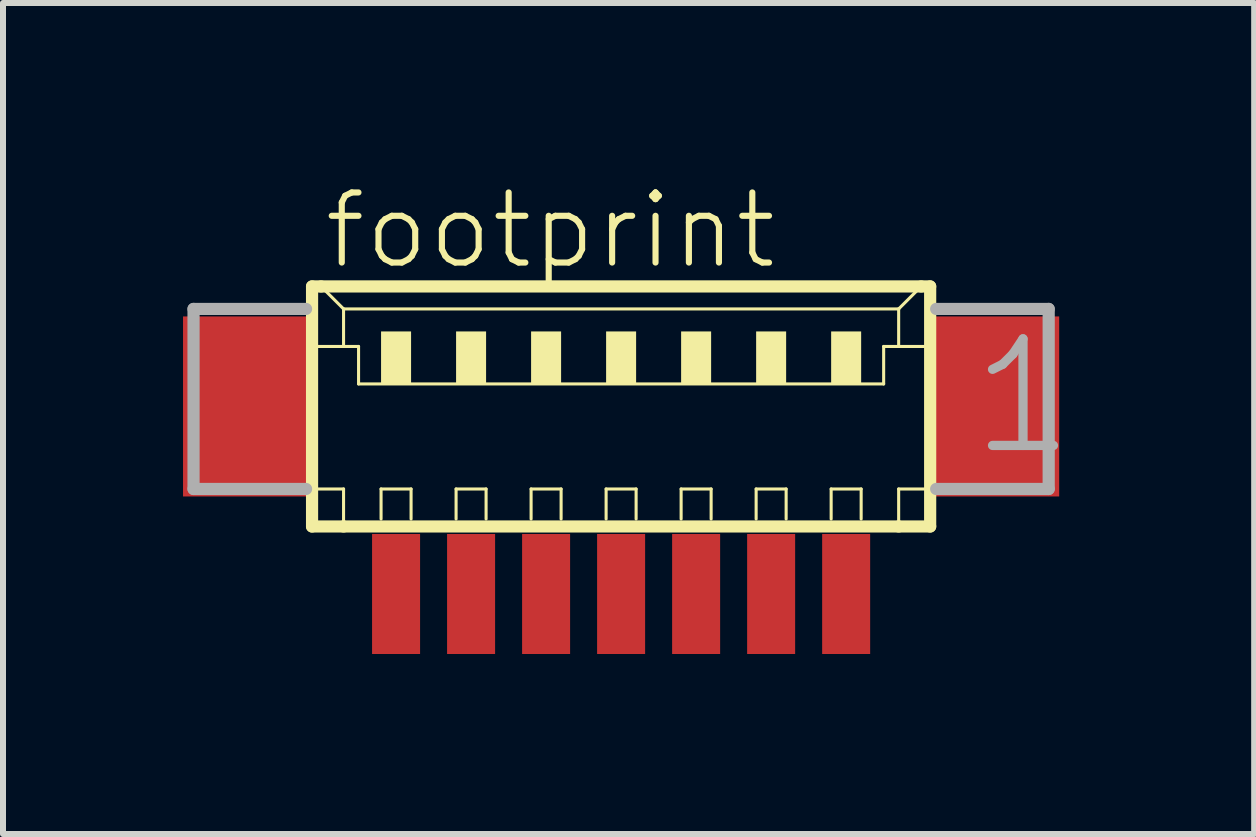
<source format=kicad_pcb>
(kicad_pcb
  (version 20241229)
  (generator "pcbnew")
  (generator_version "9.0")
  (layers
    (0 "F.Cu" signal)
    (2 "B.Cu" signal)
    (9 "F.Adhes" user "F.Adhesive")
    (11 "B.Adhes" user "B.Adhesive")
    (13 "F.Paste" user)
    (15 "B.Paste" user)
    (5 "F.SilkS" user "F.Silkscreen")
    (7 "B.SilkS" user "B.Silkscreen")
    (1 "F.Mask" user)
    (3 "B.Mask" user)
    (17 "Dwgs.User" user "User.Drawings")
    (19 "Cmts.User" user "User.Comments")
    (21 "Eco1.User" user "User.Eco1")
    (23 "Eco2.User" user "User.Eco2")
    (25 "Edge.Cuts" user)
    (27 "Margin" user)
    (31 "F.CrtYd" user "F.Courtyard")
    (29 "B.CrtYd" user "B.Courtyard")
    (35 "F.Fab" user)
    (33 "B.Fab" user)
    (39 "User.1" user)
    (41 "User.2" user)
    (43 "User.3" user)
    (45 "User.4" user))
  (footprint "footprint"
    (layer "F.Cu")
    (at 7.3 4.348)
    (property "Reference" "footprint" (at -5 -2.875 0) (layer "F.SilkS") (effects (font (size 1.168 1.168) (thickness 0.102)) (justify left bottom)))
    (fp_line (start -5.15 -2.625) (end -5.15 1.375) (stroke (width 0.203) (type solid)) (layer "F.SilkS"))
    (fp_line (start -5.15 1.375) (end -4.625 1.375) (stroke (width 0.203) (type solid)) (layer "F.SilkS"))
    (fp_line (start -5.125 -1.625) (end -4.625 -1.625) (stroke (width 0.051) (type solid)) (layer "F.SilkS"))
    (fp_line (start -5.125 0.75) (end -4.625 0.75) (stroke (width 0.051) (type solid)) (layer "F.SilkS"))
    (fp_line (start -5 -2.625) (end -5.15 -2.625) (stroke (width 0.203) (type solid)) (layer "F.SilkS"))
    (fp_line (start -4.625 -2.25) (end -5 -2.625) (stroke (width 0.051) (type solid)) (layer "F.SilkS"))
    (fp_line (start -4.625 -2.25) (end 4.625 -2.25) (stroke (width 0.051) (type solid)) (layer "F.SilkS"))
    (fp_line (start -4.625 -1.625) (end -4.625 -2.25) (stroke (width 0.051) (type solid)) (layer "F.SilkS"))
    (fp_line (start -4.625 -1.625) (end -4.375 -1.625) (stroke (width 0.051) (type solid)) (layer "F.SilkS"))
    (fp_line (start -4.625 0.75) (end -4.625 1.375) (stroke (width 0.051) (type solid)) (layer "F.SilkS"))
    (fp_line (start -4.625 1.375) (end 4.625 1.375) (stroke (width 0.203) (type solid)) (layer "F.SilkS"))
    (fp_line (start -4.375 -1.625) (end -4.375 -1) (stroke (width 0.051) (type solid)) (layer "F.SilkS"))
    (fp_line (start -4.375 -1) (end 4.375 -1) (stroke (width 0.051) (type solid)) (layer "F.SilkS"))
    (fp_line (start -4 0.75) (end -3.5 0.75) (stroke (width 0.051) (type solid)) (layer "F.SilkS"))
    (fp_line (start -4 1.25) (end -4 0.75) (stroke (width 0.051) (type solid)) (layer "F.SilkS"))
    (fp_line (start -3.5 0.75) (end -3.5 1.25) (stroke (width 0.051) (type solid)) (layer "F.SilkS"))
    (fp_line (start -2.75 0.75) (end -2.25 0.75) (stroke (width 0.051) (type solid)) (layer "F.SilkS"))
    (fp_line (start -2.75 1.25) (end -2.75 0.75) (stroke (width 0.051) (type solid)) (layer "F.SilkS"))
    (fp_line (start -2.25 0.75) (end -2.25 1.25) (stroke (width 0.051) (type solid)) (layer "F.SilkS"))
    (fp_line (start -1.5 0.75) (end -1 0.75) (stroke (width 0.051) (type solid)) (layer "F.SilkS"))
    (fp_line (start -1.5 1.25) (end -1.5 0.75) (stroke (width 0.051) (type solid)) (layer "F.SilkS"))
    (fp_line (start -1 0.75) (end -1 1.25) (stroke (width 0.051) (type solid)) (layer "F.SilkS"))
    (fp_line (start -0.25 0.75) (end 0.25 0.75) (stroke (width 0.051) (type solid)) (layer "F.SilkS"))
    (fp_line (start -0.25 1.25) (end -0.25 0.75) (stroke (width 0.051) (type solid)) (layer "F.SilkS"))
    (fp_line (start 0.25 0.75) (end 0.25 1.25) (stroke (width 0.051) (type solid)) (layer "F.SilkS"))
    (fp_line (start 1 0.75) (end 1.5 0.75) (stroke (width 0.051) (type solid)) (layer "F.SilkS"))
    (fp_line (start 1 1.25) (end 1 0.75) (stroke (width 0.051) (type solid)) (layer "F.SilkS"))
    (fp_line (start 1.5 0.75) (end 1.5 1.25) (stroke (width 0.051) (type solid)) (layer "F.SilkS"))
    (fp_line (start 2.25 0.75) (end 2.75 0.75) (stroke (width 0.051) (type solid)) (layer "F.SilkS"))
    (fp_line (start 2.25 1.25) (end 2.25 0.75) (stroke (width 0.051) (type solid)) (layer "F.SilkS"))
    (fp_line (start 2.75 0.75) (end 2.75 1.25) (stroke (width 0.051) (type solid)) (layer "F.SilkS"))
    (fp_line (start 3.5 0.75) (end 4 0.75) (stroke (width 0.051) (type solid)) (layer "F.SilkS"))
    (fp_line (start 3.5 1.25) (end 3.5 0.75) (stroke (width 0.051) (type solid)) (layer "F.SilkS"))
    (fp_line (start 4 0.75) (end 4 1.25) (stroke (width 0.051) (type solid)) (layer "F.SilkS"))
    (fp_line (start 4.375 -1.625) (end 4.375 -1) (stroke (width 0.051) (type solid)) (layer "F.SilkS"))
    (fp_line (start 4.375 -1.625) (end 4.625 -1.625) (stroke (width 0.051) (type solid)) (layer "F.SilkS"))
    (fp_line (start 4.625 -2.25) (end 4.625 -1.625) (stroke (width 0.051) (type solid)) (layer "F.SilkS"))
    (fp_line (start 4.625 -2.25) (end 5 -2.625) (stroke (width 0.051) (type solid)) (layer "F.SilkS"))
    (fp_line (start 4.625 -1.625) (end 5.125 -1.625) (stroke (width 0.051) (type solid)) (layer "F.SilkS"))
    (fp_line (start 4.625 0.75) (end 4.625 1.375) (stroke (width 0.051) (type solid)) (layer "F.SilkS"))
    (fp_line (start 4.625 0.75) (end 5.125 0.75) (stroke (width 0.051) (type solid)) (layer "F.SilkS"))
    (fp_line (start 4.625 1.375) (end 5.15 1.375) (stroke (width 0.203) (type solid)) (layer "F.SilkS"))
    (fp_line (start 5 -2.625) (end -5 -2.625) (stroke (width 0.203) (type solid)) (layer "F.SilkS"))
    (fp_line (start 5.15 -2.625) (end 5 -2.625) (stroke (width 0.203) (type solid)) (layer "F.SilkS"))
    (fp_line (start 5.15 1.375) (end 5.15 -2.625) (stroke (width 0.203) (type solid)) (layer "F.SilkS"))
    (fp_poly (pts (xy -4 -1) (xy -3.5 -1) (xy -3.5 -1.875) (xy -4 -1.875)) (stroke (width 0) (type solid)) (fill yes) (layer "F.SilkS"))
    (fp_poly (pts (xy -2.75 -1) (xy -2.25 -1) (xy -2.25 -1.875) (xy -2.75 -1.875)) (stroke (width 0) (type solid)) (fill yes) (layer "F.SilkS"))
    (fp_poly (pts (xy -1.5 -1) (xy -1 -1) (xy -1 -1.875) (xy -1.5 -1.875)) (stroke (width 0) (type solid)) (fill yes) (layer "F.SilkS"))
    (fp_poly (pts (xy -0.25 -1) (xy 0.25 -1) (xy 0.25 -1.875) (xy -0.25 -1.875)) (stroke (width 0) (type solid)) (fill yes) (layer "F.SilkS"))
    (fp_poly (pts (xy 1 -1) (xy 1.5 -1) (xy 1.5 -1.875) (xy 1 -1.875)) (stroke (width 0) (type solid)) (fill yes) (layer "F.SilkS"))
    (fp_poly (pts (xy 2.25 -1) (xy 2.75 -1) (xy 2.75 -1.875) (xy 2.25 -1.875)) (stroke (width 0) (type solid)) (fill yes) (layer "F.SilkS"))
    (fp_poly (pts (xy 3.5 -1) (xy 4 -1) (xy 4 -1.875) (xy 3.5 -1.875)) (stroke (width 0) (type solid)) (fill yes) (layer "F.SilkS"))
    (fp_line (start -7.125 -2.25) (end -7.125 0.75) (stroke (width 0.203) (type solid)) (layer "F.Fab"))
    (fp_line (start -7.125 0.75) (end -5.25 0.75) (stroke (width 0.203) (type solid)) (layer "F.Fab"))
    (fp_line (start -5.25 -2.25) (end -7.125 -2.25) (stroke (width 0.203) (type solid)) (layer "F.Fab"))
    (fp_line (start 5.25 0.75) (end 7.125 0.75) (stroke (width 0.203) (type solid)) (layer "F.Fab"))
    (fp_line (start 7.125 -2.25) (end 5.25 -2.25) (stroke (width 0.203) (type solid)) (layer "F.Fab"))
    (fp_line (start 7.125 0.75) (end 7.125 -2.25) (stroke (width 0.203) (type solid)) (layer "F.Fab"))
    (fp_text user "1" (at 5.75 0.25 0) (layer "F.Fab") (effects (font (size 1.776 1.776) (thickness 0.154)) (justify left bottom)))
    (pad "1" smd rect (at 3.75 2.5) (size 0.8 2) (layers "F.Cu" "F.Mask" "F.Paste"))
    (pad "2" smd rect (at 2.5 2.5) (size 0.8 2) (layers "F.Cu" "F.Mask" "F.Paste"))
    (pad "3" smd rect (at 1.25 2.5) (size 0.8 2) (layers "F.Cu" "F.Mask" "F.Paste"))
    (pad "4" smd rect (at 0 2.5) (size 0.8 2) (layers "F.Cu" "F.Mask" "F.Paste"))
    (pad "5" smd rect (at -1.25 2.5) (size 0.8 2) (layers "F.Cu" "F.Mask" "F.Paste"))
    (pad "6" smd rect (at -2.5 2.5) (size 0.8 2) (layers "F.Cu" "F.Mask" "F.Paste"))
    (pad "7" smd rect (at -3.75 2.5) (size 0.8 2) (layers "F.Cu" "F.Mask" "F.Paste"))
    (pad "S1" smd rect (at 6.25 -0.625) (size 2.1 3) (layers "F.Cu" "F.Mask" "F.Paste"))
    (pad "S2" smd rect (at -6.25 -0.625) (size 2.1 3) (layers "F.Cu" "F.Mask" "F.Paste")))
  (gr_rect
    (start -3 -3)
    (end 17.849 10.848)
    (stroke (width 0.1) (type default))
    (fill no)
    (layer "Edge.Cuts")))
</source>
